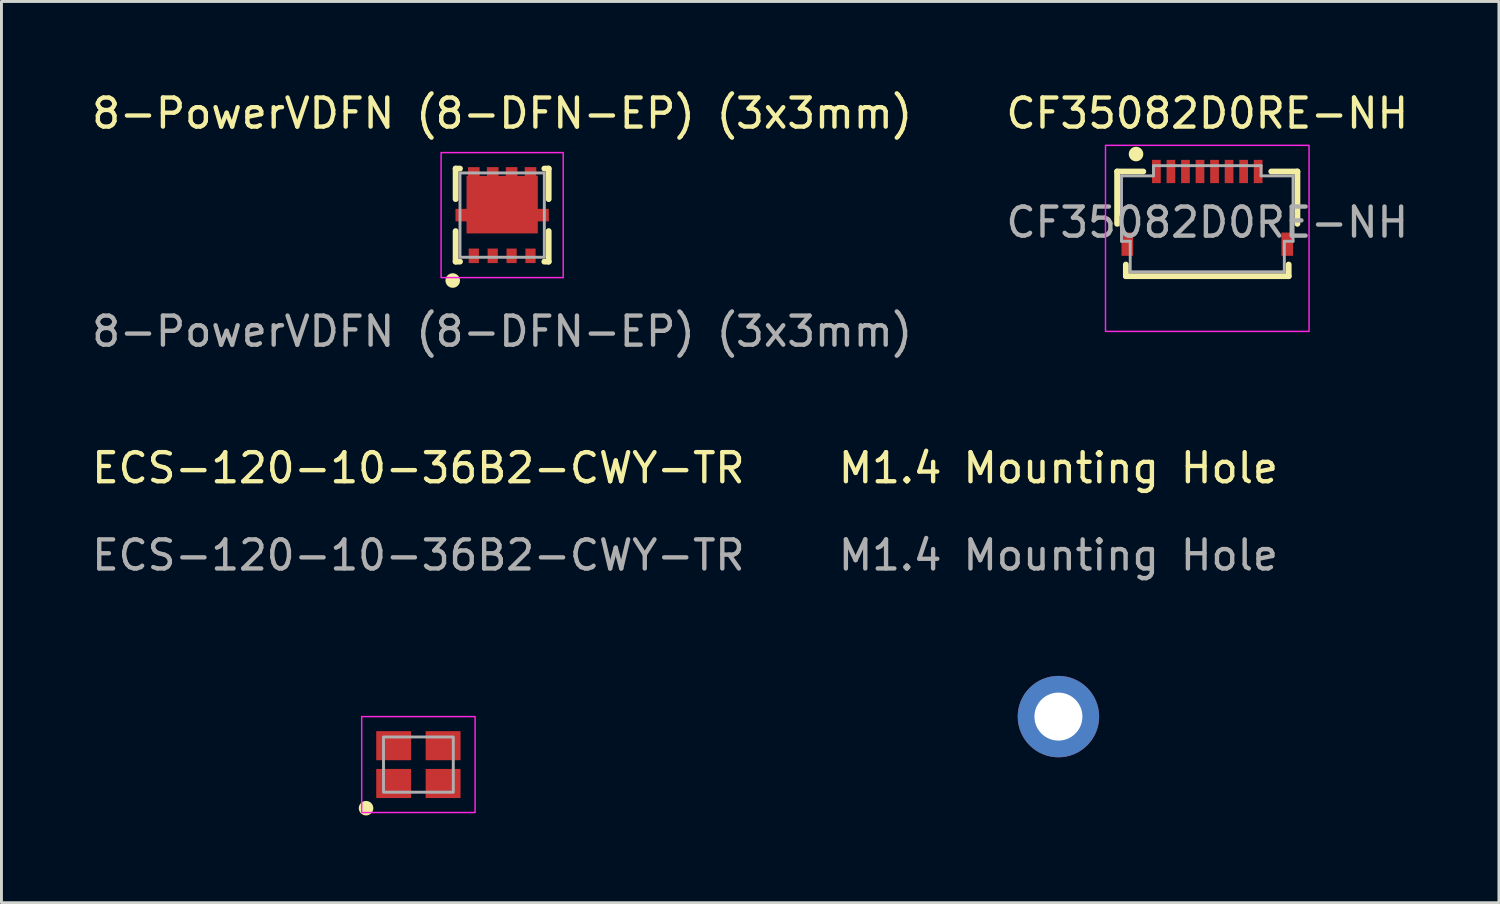
<source format=kicad_pcb>
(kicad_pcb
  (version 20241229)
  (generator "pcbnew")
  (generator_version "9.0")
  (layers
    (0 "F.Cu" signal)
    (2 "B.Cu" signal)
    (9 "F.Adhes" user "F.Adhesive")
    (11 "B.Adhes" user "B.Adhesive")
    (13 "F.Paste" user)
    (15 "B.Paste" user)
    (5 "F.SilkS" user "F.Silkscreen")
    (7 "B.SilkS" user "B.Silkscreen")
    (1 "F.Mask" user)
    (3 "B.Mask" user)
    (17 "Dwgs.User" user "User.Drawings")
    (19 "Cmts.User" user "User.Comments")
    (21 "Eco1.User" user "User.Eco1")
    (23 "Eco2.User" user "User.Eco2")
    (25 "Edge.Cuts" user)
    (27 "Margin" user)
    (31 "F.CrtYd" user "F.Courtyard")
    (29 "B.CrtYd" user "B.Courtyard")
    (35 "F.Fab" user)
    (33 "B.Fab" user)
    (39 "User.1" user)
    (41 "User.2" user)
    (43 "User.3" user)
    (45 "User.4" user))
  (footprint "8-PowerVDFN (8-DFN-EP) (3x3mm)"
    (layer "F.Cu")
    (at 14.22 4.348)
    (property "Reference" "8-PowerVDFN (8-DFN-EP) (3x3mm)" (at 0 -3.5 0) (unlocked yes) (layer "F.SilkS") (effects (font (size 1 1) (thickness 0.15))))
    (attr smd)
    (fp_line (start -1.7 2.25) (end -1.7 2.25) (stroke (width 0.5) (type solid)) (layer "F.SilkS"))
    (fp_line (start -1.6 -1.6) (end -1.6 -0.55) (stroke (width 0.2) (type solid)) (layer "F.SilkS"))
    (fp_line (start -1.6 0.55) (end -1.6 1.6) (stroke (width 0.2) (type solid)) (layer "F.SilkS"))
    (fp_line (start -1.45 -1.6) (end -1.6 -1.6) (stroke (width 0.2) (type solid)) (layer "F.SilkS"))
    (fp_line (start -1.45 1.6) (end -1.6 1.6) (stroke (width 0.2) (type solid)) (layer "F.SilkS"))
    (fp_line (start 1.6 -1.6) (end 1.45 -1.6) (stroke (width 0.2) (type solid)) (layer "F.SilkS"))
    (fp_line (start 1.6 -1.6) (end 1.6 -0.55) (stroke (width 0.2) (type solid)) (layer "F.SilkS"))
    (fp_line (start 1.6 0.55) (end 1.6 1.6) (stroke (width 0.2) (type solid)) (layer "F.SilkS"))
    (fp_line (start 1.6 1.6) (end 1.45 1.6) (stroke (width 0.2) (type solid)) (layer "F.SilkS"))
    (fp_rect (start -2.1 -2.15) (end 2.1 2.15) (stroke (width 0.05) (type solid)) (fill no) (layer "F.CrtYd"))
    (fp_rect (start -1.45 -1.45) (end 1.45 1.45) (stroke (width 0.1) (type solid)) (fill no) (layer "F.Fab"))
    (fp_text user "${REFERENCE}" (at 0 4 0) (unlocked yes) (layer "F.Fab") (effects (font (size 1 1) (thickness 0.15))))
    (pad "1" smd rect (at -0.975 1.4) (size 0.35 0.5) (layers "F.Cu" "F.Mask" "F.Paste"))
    (pad "1" smd rect (at -0.325 1.4) (size 0.35 0.5) (layers "F.Cu" "F.Mask" "F.Paste"))
    (pad "1" smd rect (at 0.325 1.4) (size 0.35 0.5) (layers "F.Cu" "F.Mask" "F.Paste"))
    (pad "2" smd rect (at 0.975 1.4) (size 0.35 0.5) (layers "F.Cu" "F.Mask" "F.Paste"))
    (pad "3" smd custom (at 0 0) (size 1 1) (layers "F.Cu" "F.Mask" "F.Paste") (options (anchor rect)) (primitives (gr_poly (pts (xy -0.125 -1.35) (xy 0.125 -1.35) (xy 0.125 -1.65) (xy 0.525 -1.65) (xy 0.525 -1.35) (xy 0.775 -1.35) (xy 0.775 -1.65) (xy 1.175 -1.65) (xy 1.175 -1.35) (xy 1.225 -1.35) (xy 1.225 -0.215) (xy 1.605 -0.215) (xy 1.605 0.215) (xy 1.225 0.215) (xy 1.225 0.63) (xy -1.225 0.63) (xy -1.225 0.215) (xy -1.605 0.215) (xy -1.605 -0.215) (xy -1.225 -0.215) (xy -1.225 -1.35) (xy -1.175 -1.35) (xy -1.175 -1.65) (xy -0.775 -1.65) (xy -0.775 -1.35) (xy -0.525 -1.35) (xy -0.525 -1.65) (xy -0.125 -1.65)) (width 0.000001) (fill yes)))))
  (footprint "CF35082D0RE-NH"
    (layer "F.Cu")
    (at 38.47 2.848)
    (property "Reference" "CF35082D0RE-NH" (at 0 -2 0) (unlocked yes) (layer "F.SilkS") (effects (font (size 1 1) (thickness 0.15))))
    (attr smd)
    (fp_line (start -3.1 0) (end -3.1 1.8) (stroke (width 0.2) (type solid)) (layer "F.SilkS"))
    (fp_line (start -3.1 0) (end -2.2 0) (stroke (width 0.2) (type solid)) (layer "F.SilkS"))
    (fp_line (start -2.8 3.2) (end -2.8 3.6) (stroke (width 0.2) (type solid)) (layer "F.SilkS"))
    (fp_line (start -2.45 -0.6) (end -2.45 -0.6) (stroke (width 0.5) (type solid)) (layer "F.SilkS"))
    (fp_line (start 2.8 3.2) (end 2.8 3.6) (stroke (width 0.2) (type solid)) (layer "F.SilkS"))
    (fp_line (start 2.8 3.6) (end -2.8 3.6) (stroke (width 0.2) (type solid)) (layer "F.SilkS"))
    (fp_line (start 3.1 0) (end 2.2 0) (stroke (width 0.2) (type solid)) (layer "F.SilkS"))
    (fp_line (start 3.1 0) (end 3.1 1.8) (stroke (width 0.2) (type solid)) (layer "F.SilkS"))
    (fp_rect (start 3.5 -0.9) (end -3.5 5.5) (stroke (width 0.05) (type solid)) (fill no) (layer "F.CrtYd"))
    (fp_line (start -2.95 0.15) (end -2.95 2.4) (stroke (width 0.1) (type solid)) (layer "F.Fab"))
    (fp_line (start -2.65 2.4) (end -2.95 2.4) (stroke (width 0.1) (type solid)) (layer "F.Fab"))
    (fp_line (start -2.65 3.45) (end -2.65 2.4) (stroke (width 0.1) (type solid)) (layer "F.Fab"))
    (fp_line (start -2.65 3.45) (end 2.65 3.45) (stroke (width 0.1) (type solid)) (layer "F.Fab"))
    (fp_line (start -1.85 0.15) (end -2.95 0.15) (stroke (width 0.1) (type solid)) (layer "F.Fab"))
    (fp_line (start -1.85 0.15) (end -1.85 -0.2) (stroke (width 0.1) (type solid)) (layer "F.Fab"))
    (fp_line (start 1.85 -0.2) (end -1.85 -0.2) (stroke (width 0.1) (type solid)) (layer "F.Fab"))
    (fp_line (start 1.85 -0.2) (end 1.85 0.15) (stroke (width 0.1) (type solid)) (layer "F.Fab"))
    (fp_line (start 2.65 2.4) (end 2.95 2.4) (stroke (width 0.1) (type solid)) (layer "F.Fab"))
    (fp_line (start 2.65 3.45) (end 2.65 2.4) (stroke (width 0.1) (type solid)) (layer "F.Fab"))
    (fp_line (start 2.95 0.15) (end 1.85 0.15) (stroke (width 0.1) (type solid)) (layer "F.Fab"))
    (fp_line (start 2.95 2.4) (end 2.95 0.15) (stroke (width 0.1) (type solid)) (layer "F.Fab"))
    (fp_text user "${REFERENCE}" (at 0 1.75 0) (unlocked yes) (layer "F.Fab") (effects (font (size 1 1) (thickness 0.15))))
    (pad "1" smd rect (at -1.75 0) (size 0.3 0.8) (layers "F.Cu" "F.Mask" "F.Paste"))
    (pad "2" smd rect (at -1.25 0) (size 0.3 0.8) (layers "F.Cu" "F.Mask" "F.Paste"))
    (pad "3" smd rect (at -0.75 0) (size 0.3 0.8) (layers "F.Cu" "F.Mask" "F.Paste"))
    (pad "4" smd rect (at -0.25 0) (size 0.3 0.8) (layers "F.Cu" "F.Mask" "F.Paste"))
    (pad "5" smd rect (at 0.25 0) (size 0.3 0.8) (layers "F.Cu" "F.Mask" "F.Paste"))
    (pad "6" smd rect (at 0.75 0) (size 0.3 0.8) (layers "F.Cu" "F.Mask" "F.Paste"))
    (pad "7" smd rect (at 1.25 0) (size 0.3 0.8) (layers "F.Cu" "F.Mask" "F.Paste"))
    (pad "8" smd rect (at 1.75 0) (size 0.3 0.8) (layers "F.Cu" "F.Mask" "F.Paste"))
    (pad "9" smd rect (at -2.75 2.5) (size 0.4 0.8) (layers "F.Cu" "F.Mask" "F.Paste"))
    (pad "9" smd rect (at 2.75 2.5) (size 0.4 0.8) (layers "F.Cu" "F.Mask" "F.Paste")))
  (footprint "ECS-120-10-36B2-CWY-TR"
    (layer "F.Cu")
    (at 11.339 23.245)
    (property "Reference" "ECS-120-10-36B2-CWY-TR" (at 0 -10.2 0) (unlocked yes) (layer "F.SilkS") (effects (font (size 1 1) (thickness 0.15))))
    (attr smd)
    (fp_line (start -1.8 1.5) (end -1.8 1.5) (stroke (width 0.5) (type solid)) (layer "F.SilkS"))
    (fp_rect (start -1.95 -1.65) (end 1.95 1.65) (stroke (width 0.05) (type solid)) (fill no) (layer "F.CrtYd"))
    (fp_rect (start -1.2 -0.95) (end 1.2 0.95) (stroke (width 0.1) (type solid)) (fill no) (layer "F.Fab"))
    (fp_text user "${REFERENCE}" (at 0 -7.2 0) (unlocked yes) (layer "F.Fab") (effects (font (size 1 1) (thickness 0.15))))
    (pad "1" smd rect (at -0.85 0.65 180) (size 1.2 1) (layers "F.Cu" "F.Mask" "F.Paste"))
    (pad "2" smd rect (at 0.85 0.65 180) (size 1.2 1) (layers "F.Cu" "F.Mask" "F.Paste"))
    (pad "3" smd rect (at 0.85 -0.65 180) (size 1.2 1) (layers "F.Cu" "F.Mask" "F.Paste"))
    (pad "4" smd rect (at -0.85 -0.65 180) (size 1.2 1) (layers "F.Cu" "F.Mask" "F.Paste")))
  (footprint "M1.4 Mounting Hole"
    (layer "F.Cu")
    (at 33.351 21.595)
    (property "Reference" "M1.4 Mounting Hole" (at 0 -8.55 0) (unlocked yes) (layer "F.SilkS") (effects (font (size 1 1) (thickness 0.15))))
    (attr through_hole)
    (fp_text user "${REFERENCE}" (at 0 -5.55 0) (unlocked yes) (layer "F.Fab") (effects (font (size 1 1) (thickness 0.15))))
    (pad "1" thru_hole circle (at 0 0) (size 2.8 2.8) (drill 1.65) (layers "*.Cu" "*.Mask")))
  (gr_rect
    (start -3 -3)
    (end 48.5 27.995)
    (stroke (width 0.1) (type default))
    (fill no)
    (layer "Edge.Cuts")))
</source>
